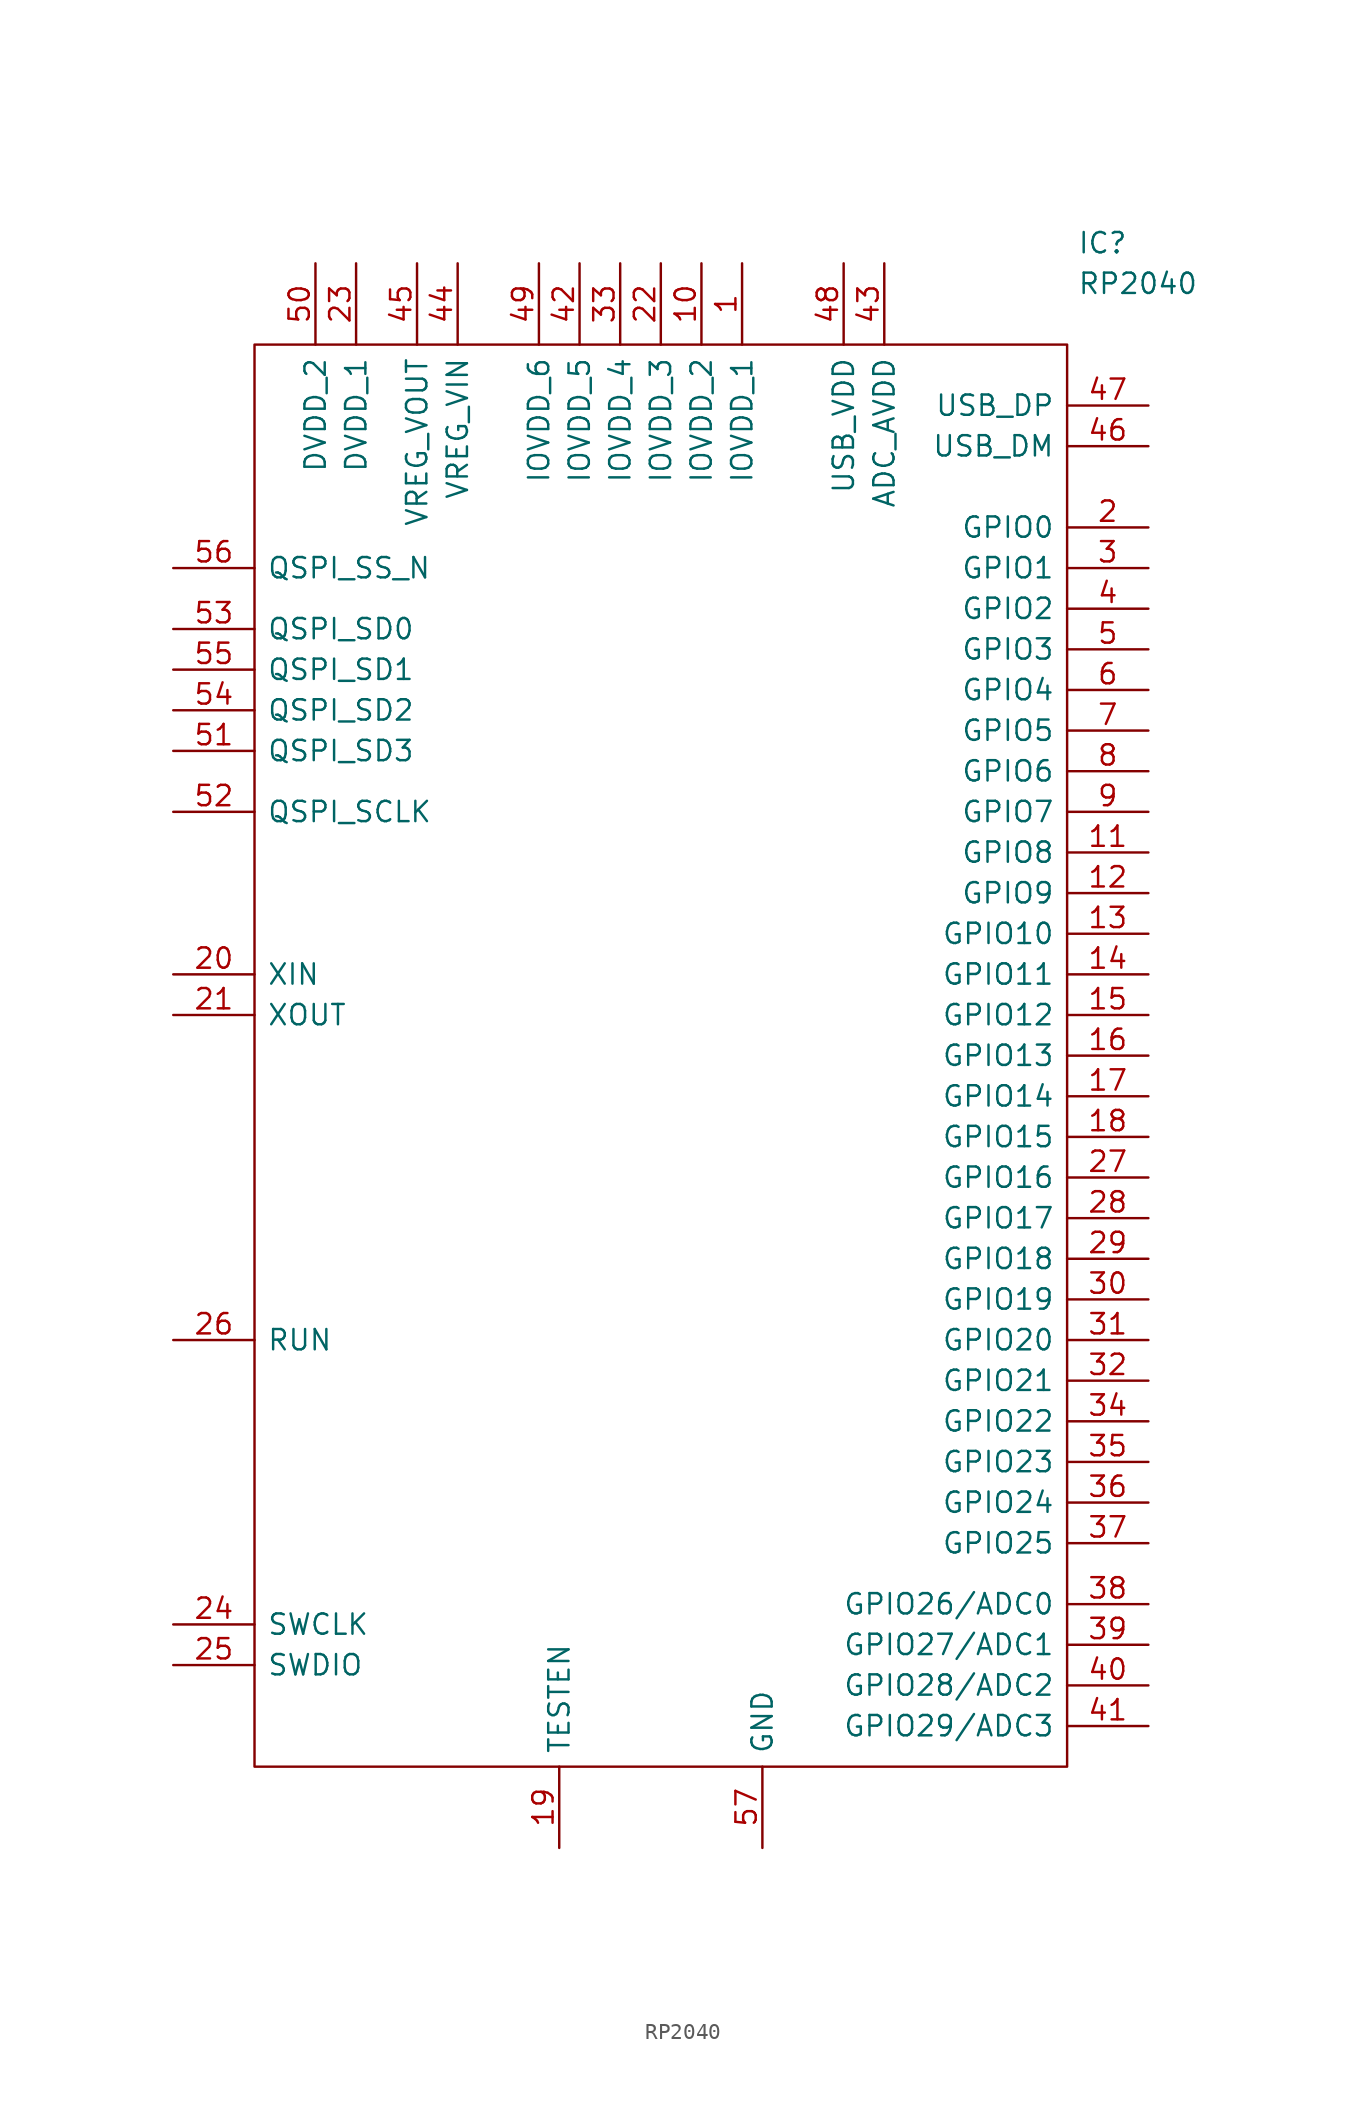
<source format=kicad_sym>
(kicad_symbol_lib
  (version 20210619)
  (generator kicad_symbol_editor)
  (symbol "RP2040:RP2040"
    (pin_names
      (offset 0.762))
    (property "Reference" "IC"
      (at 26.035 50.8 0)
      (effects (font (size 1.27 1.27)) (justify left)))
    (property "Value" "RP2040"
      (at 26.035 48.26 0)
      (effects (font (size 1.27 1.27)) (justify left)))
    (symbol "RP2040_0_0"
      (pin passive line (at 5.08 49.53 270) (length 5.08) (name "IOVDD_1" (effects (font (size 1.27 1.27)))) (number "1" (effects (font (size 1.27 1.27)))))
      (pin passive line (at 2.54 49.53 270) (length 5.08) (name "IOVDD_2" (effects (font (size 1.27 1.27)))) (number "10" (effects (font (size 1.27 1.27)))))
      (pin passive line (at 30.48 12.7 180) (length 5.08) (name "GPIO8" (effects (font (size 1.27 1.27)))) (number "11" (effects (font (size 1.27 1.27)))))
      (pin passive line (at 30.48 10.16 180) (length 5.08) (name "GPIO9" (effects (font (size 1.27 1.27)))) (number "12" (effects (font (size 1.27 1.27)))))
      (pin passive line (at 30.48 7.62 180) (length 5.08) (name "GPIO10" (effects (font (size 1.27 1.27)))) (number "13" (effects (font (size 1.27 1.27)))))
      (pin passive line (at 30.48 5.08 180) (length 5.08) (name "GPIO11" (effects (font (size 1.27 1.27)))) (number "14" (effects (font (size 1.27 1.27)))))
      (pin passive line (at 30.48 2.54 180) (length 5.08) (name "GPIO12" (effects (font (size 1.27 1.27)))) (number "15" (effects (font (size 1.27 1.27)))))
      (pin passive line (at 30.48 0 180) (length 5.08) (name "GPIO13" (effects (font (size 1.27 1.27)))) (number "16" (effects (font (size 1.27 1.27)))))
      (pin passive line (at 30.48 -2.54 180) (length 5.08) (name "GPIO14" (effects (font (size 1.27 1.27)))) (number "17" (effects (font (size 1.27 1.27)))))
      (pin passive line (at 30.48 -5.08 180) (length 5.08) (name "GPIO15" (effects (font (size 1.27 1.27)))) (number "18" (effects (font (size 1.27 1.27)))))
      (pin passive line (at -6.35 -49.53 90) (length 5.08) (name "TESTEN" (effects (font (size 1.27 1.27)))) (number "19" (effects (font (size 1.27 1.27)))))
      (pin passive line (at 30.48 33.02 180) (length 5.08) (name "GPIO0" (effects (font (size 1.27 1.27)))) (number "2" (effects (font (size 1.27 1.27)))))
      (pin passive line (at -30.48 5.08 0) (length 5.08) (name "XIN" (effects (font (size 1.27 1.27)))) (number "20" (effects (font (size 1.27 1.27)))))
      (pin passive line (at -30.48 2.54 0) (length 5.08) (name "XOUT" (effects (font (size 1.27 1.27)))) (number "21" (effects (font (size 1.27 1.27)))))
      (pin passive line (at 0 49.53 270) (length 5.08) (name "IOVDD_3" (effects (font (size 1.27 1.27)))) (number "22" (effects (font (size 1.27 1.27)))))
      (pin passive line (at -19.05 49.53 270) (length 5.08) (name "DVDD_1" (effects (font (size 1.27 1.27)))) (number "23" (effects (font (size 1.27 1.27)))))
      (pin passive line (at -30.48 -35.56 0) (length 5.08) (name "SWCLK" (effects (font (size 1.27 1.27)))) (number "24" (effects (font (size 1.27 1.27)))))
      (pin passive line (at -30.48 -38.1 0) (length 5.08) (name "SWDIO" (effects (font (size 1.27 1.27)))) (number "25" (effects (font (size 1.27 1.27)))))
      (pin passive line (at -30.48 -17.78 0) (length 5.08) (name "RUN" (effects (font (size 1.27 1.27)))) (number "26" (effects (font (size 1.27 1.27)))))
      (pin passive line (at 30.48 -7.62 180) (length 5.08) (name "GPIO16" (effects (font (size 1.27 1.27)))) (number "27" (effects (font (size 1.27 1.27)))))
      (pin passive line (at 30.48 -10.16 180) (length 5.08) (name "GPIO17" (effects (font (size 1.27 1.27)))) (number "28" (effects (font (size 1.27 1.27)))))
      (pin passive line (at 30.48 -12.7 180) (length 5.08) (name "GPIO18" (effects (font (size 1.27 1.27)))) (number "29" (effects (font (size 1.27 1.27)))))
      (pin passive line (at 30.48 30.48 180) (length 5.08) (name "GPIO1" (effects (font (size 1.27 1.27)))) (number "3" (effects (font (size 1.27 1.27)))))
      (pin passive line (at 30.48 -15.24 180) (length 5.08) (name "GPIO19" (effects (font (size 1.27 1.27)))) (number "30" (effects (font (size 1.27 1.27)))))
      (pin passive line (at 30.48 -17.78 180) (length 5.08) (name "GPIO20" (effects (font (size 1.27 1.27)))) (number "31" (effects (font (size 1.27 1.27)))))
      (pin passive line (at 30.48 -20.32 180) (length 5.08) (name "GPIO21" (effects (font (size 1.27 1.27)))) (number "32" (effects (font (size 1.27 1.27)))))
      (pin passive line (at -2.54 49.53 270) (length 5.08) (name "IOVDD_4" (effects (font (size 1.27 1.27)))) (number "33" (effects (font (size 1.27 1.27)))))
      (pin passive line (at 30.48 -22.86 180) (length 5.08) (name "GPIO22" (effects (font (size 1.27 1.27)))) (number "34" (effects (font (size 1.27 1.27)))))
      (pin passive line (at 30.48 -25.4 180) (length 5.08) (name "GPIO23" (effects (font (size 1.27 1.27)))) (number "35" (effects (font (size 1.27 1.27)))))
      (pin passive line (at 30.48 -27.94 180) (length 5.08) (name "GPIO24" (effects (font (size 1.27 1.27)))) (number "36" (effects (font (size 1.27 1.27)))))
      (pin passive line (at 30.48 -30.48 180) (length 5.08) (name "GPIO25" (effects (font (size 1.27 1.27)))) (number "37" (effects (font (size 1.27 1.27)))))
      (pin passive line (at 30.48 -34.29 180) (length 5.08) (name "GPIO26/ADC0" (effects (font (size 1.27 1.27)))) (number "38" (effects (font (size 1.27 1.27)))))
      (pin passive line (at 30.48 -36.83 180) (length 5.08) (name "GPIO27/ADC1" (effects (font (size 1.27 1.27)))) (number "39" (effects (font (size 1.27 1.27)))))
      (pin passive line (at 30.48 27.94 180) (length 5.08) (name "GPIO2" (effects (font (size 1.27 1.27)))) (number "4" (effects (font (size 1.27 1.27)))))
      (pin passive line (at 30.48 -39.37 180) (length 5.08) (name "GPIO28/ADC2" (effects (font (size 1.27 1.27)))) (number "40" (effects (font (size 1.27 1.27)))))
      (pin passive line (at 30.48 -41.91 180) (length 5.08) (name "GPIO29/ADC3" (effects (font (size 1.27 1.27)))) (number "41" (effects (font (size 1.27 1.27)))))
      (pin passive line (at -5.08 49.53 270) (length 5.08) (name "IOVDD_5" (effects (font (size 1.27 1.27)))) (number "42" (effects (font (size 1.27 1.27)))))
      (pin passive line (at 13.97 49.53 270) (length 5.08) (name "ADC_AVDD" (effects (font (size 1.27 1.27)))) (number "43" (effects (font (size 1.27 1.27)))))
      (pin passive line (at -12.7 49.53 270) (length 5.08) (name "VREG_VIN" (effects (font (size 1.27 1.27)))) (number "44" (effects (font (size 1.27 1.27)))))
      (pin passive line (at -15.24 49.53 270) (length 5.08) (name "VREG_VOUT" (effects (font (size 1.27 1.27)))) (number "45" (effects (font (size 1.27 1.27)))))
      (pin passive line (at 30.48 38.1 180) (length 5.08) (name "USB_DM" (effects (font (size 1.27 1.27)))) (number "46" (effects (font (size 1.27 1.27)))))
      (pin passive line (at 30.48 40.64 180) (length 5.08) (name "USB_DP" (effects (font (size 1.27 1.27)))) (number "47" (effects (font (size 1.27 1.27)))))
      (pin passive line (at 11.43 49.53 270) (length 5.08) (name "USB_VDD" (effects (font (size 1.27 1.27)))) (number "48" (effects (font (size 1.27 1.27)))))
      (pin passive line (at -7.62 49.53 270) (length 5.08) (name "IOVDD_6" (effects (font (size 1.27 1.27)))) (number "49" (effects (font (size 1.27 1.27)))))
      (pin passive line (at 30.48 25.4 180) (length 5.08) (name "GPIO3" (effects (font (size 1.27 1.27)))) (number "5" (effects (font (size 1.27 1.27)))))
      (pin passive line (at -21.59 49.53 270) (length 5.08) (name "DVDD_2" (effects (font (size 1.27 1.27)))) (number "50" (effects (font (size 1.27 1.27)))))
      (pin passive line (at -30.48 19.05 0) (length 5.08) (name "QSPI_SD3" (effects (font (size 1.27 1.27)))) (number "51" (effects (font (size 1.27 1.27)))))
      (pin passive line (at -30.48 15.24 0) (length 5.08) (name "QSPI_SCLK" (effects (font (size 1.27 1.27)))) (number "52" (effects (font (size 1.27 1.27)))))
      (pin passive line (at -30.48 26.67 0) (length 5.08) (name "QSPI_SD0" (effects (font (size 1.27 1.27)))) (number "53" (effects (font (size 1.27 1.27)))))
      (pin passive line (at -30.48 21.59 0) (length 5.08) (name "QSPI_SD2" (effects (font (size 1.27 1.27)))) (number "54" (effects (font (size 1.27 1.27)))))
      (pin passive line (at -30.48 24.13 0) (length 5.08) (name "QSPI_SD1" (effects (font (size 1.27 1.27)))) (number "55" (effects (font (size 1.27 1.27)))))
      (pin passive line (at -30.48 30.48 0) (length 5.08) (name "QSPI_SS_N" (effects (font (size 1.27 1.27)))) (number "56" (effects (font (size 1.27 1.27)))))
      (pin passive line (at 6.35 -49.53 90) (length 5.08) (name "GND" (effects (font (size 1.27 1.27)))) (number "57" (effects (font (size 1.27 1.27)))))
      (pin passive line (at 30.48 22.86 180) (length 5.08) (name "GPIO4" (effects (font (size 1.27 1.27)))) (number "6" (effects (font (size 1.27 1.27)))))
      (pin passive line (at 30.48 20.32 180) (length 5.08) (name "GPIO5" (effects (font (size 1.27 1.27)))) (number "7" (effects (font (size 1.27 1.27)))))
      (pin passive line (at 30.48 17.78 180) (length 5.08) (name "GPIO6" (effects (font (size 1.27 1.27)))) (number "8" (effects (font (size 1.27 1.27)))))
      (pin passive line (at 30.48 15.24 180) (length 5.08) (name "GPIO7" (effects (font (size 1.27 1.27)))) (number "9" (effects (font (size 1.27 1.27))))))
    (symbol "RP2040_0_1"
      (polyline (pts (xy -25.4 44.45) (xy 25.4 44.45) (xy 25.4 -44.45) (xy -25.4 -44.45) (xy -25.4 44.45)) (stroke (width 0.152)) (fill (type none))))))
</source>
